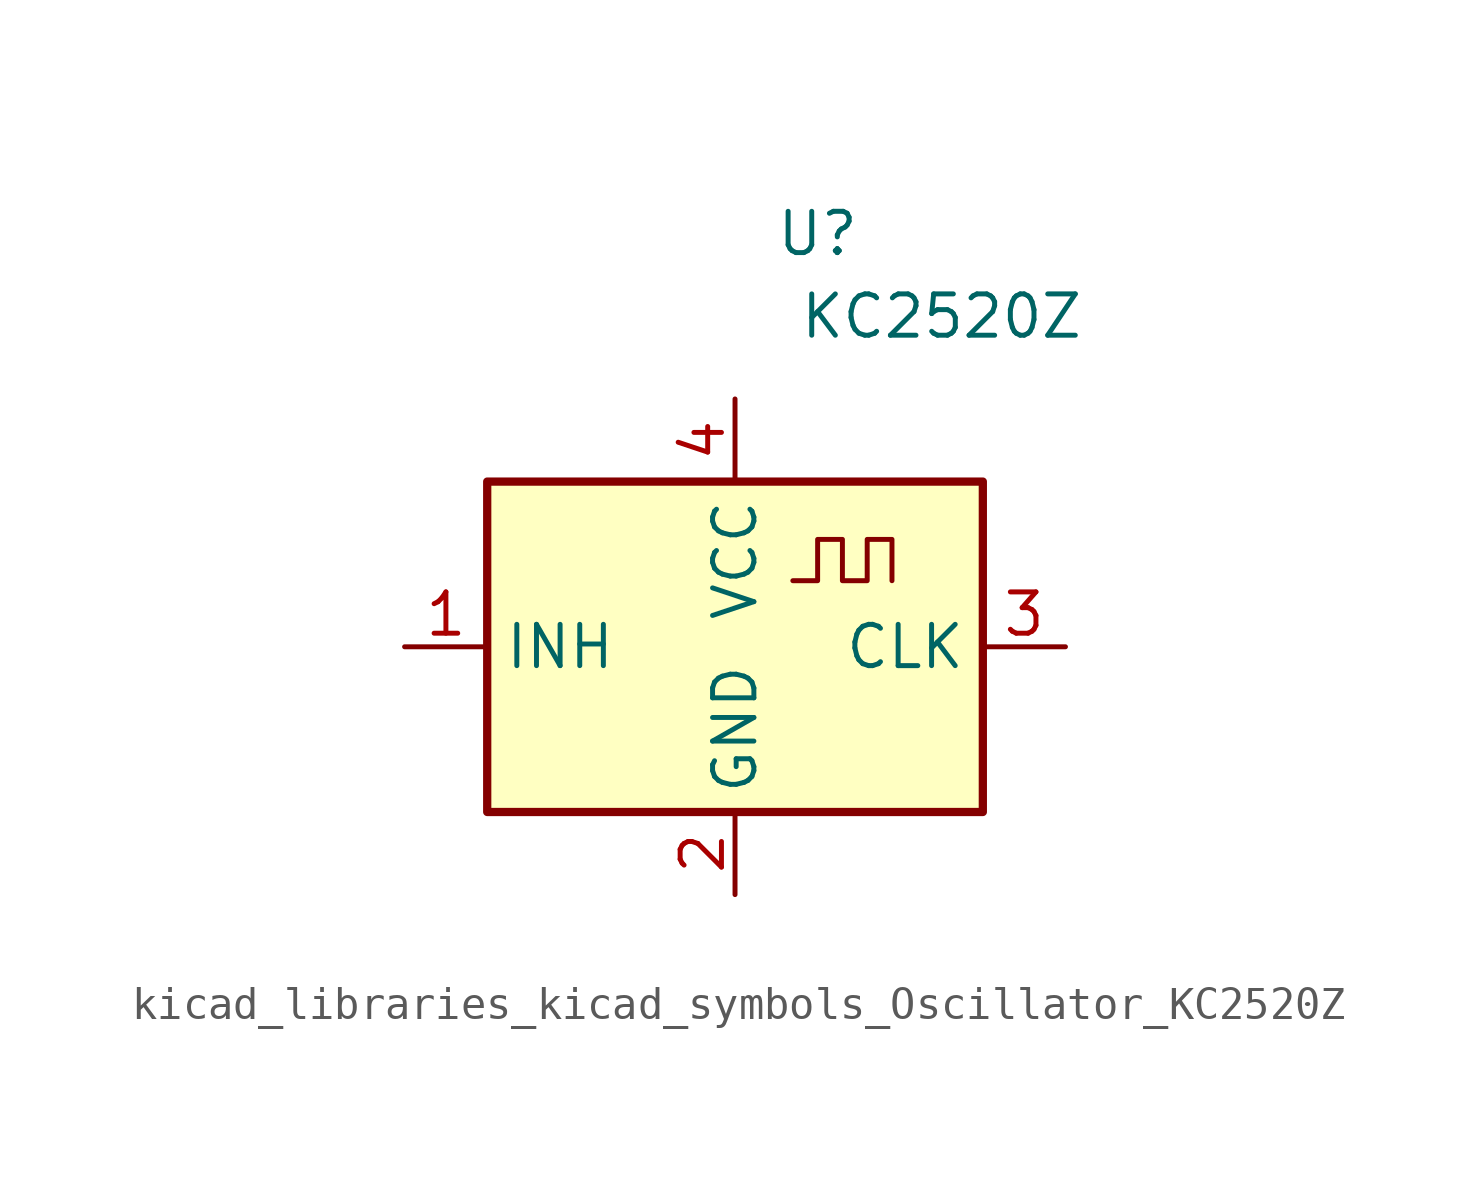
<source format=kicad_sym>
(kicad_symbol_lib
  (version 20220914)
  (generator kicad_symbol_editor)
  (symbol "kicad_libraries_kicad_symbols_Oscillator_KC2520Z"
    (property "Reference" "U"
      (at 2.54 12.7 0)
      (effects (font (size 1.27 1.27))))
    (property "Value" "KC2520Z"
      (at 6.35 10.16 0)
      (effects (font (size 1.27 1.27))))
    (symbol "kicad_libraries_kicad_symbols_Oscillator_KC2520Z_0_1"
      (rectangle (start -7.62 5.08) (end 7.62 -5.08) (stroke (width 0.254) (type default)) (fill (type background))))
    (symbol "kicad_libraries_kicad_symbols_Oscillator_KC2520Z_1_1"
      (polyline (pts (xy 1.778 2.032) (xy 2.54 2.032) (xy 2.54 3.302) (xy 3.302 3.302) (xy 3.302 2.032) (xy 4.064 2.032) (xy 4.064 3.302) (xy 4.826 3.302) (xy 4.826 2.032)) (stroke (width 0) (type default)) (fill (type none)))
      (pin input line (at -10.16 0 0) (length 2.54) (name "INH" (effects (font (size 1.27 1.27)))) (number "1" (effects (font (size 1.27 1.27)))))
      (pin power_in line (at 0 -7.62 90) (length 2.54) (name "GND" (effects (font (size 1.27 1.27)))) (number "2" (effects (font (size 1.27 1.27)))))
      (pin output line (at 10.16 0 180) (length 2.54) (name "CLK" (effects (font (size 1.27 1.27)))) (number "3" (effects (font (size 1.27 1.27)))))
      (pin power_in line (at 0 7.62 270) (length 2.54) (name "VCC" (effects (font (size 1.27 1.27)))) (number "4" (effects (font (size 1.27 1.27))))))))
</source>
